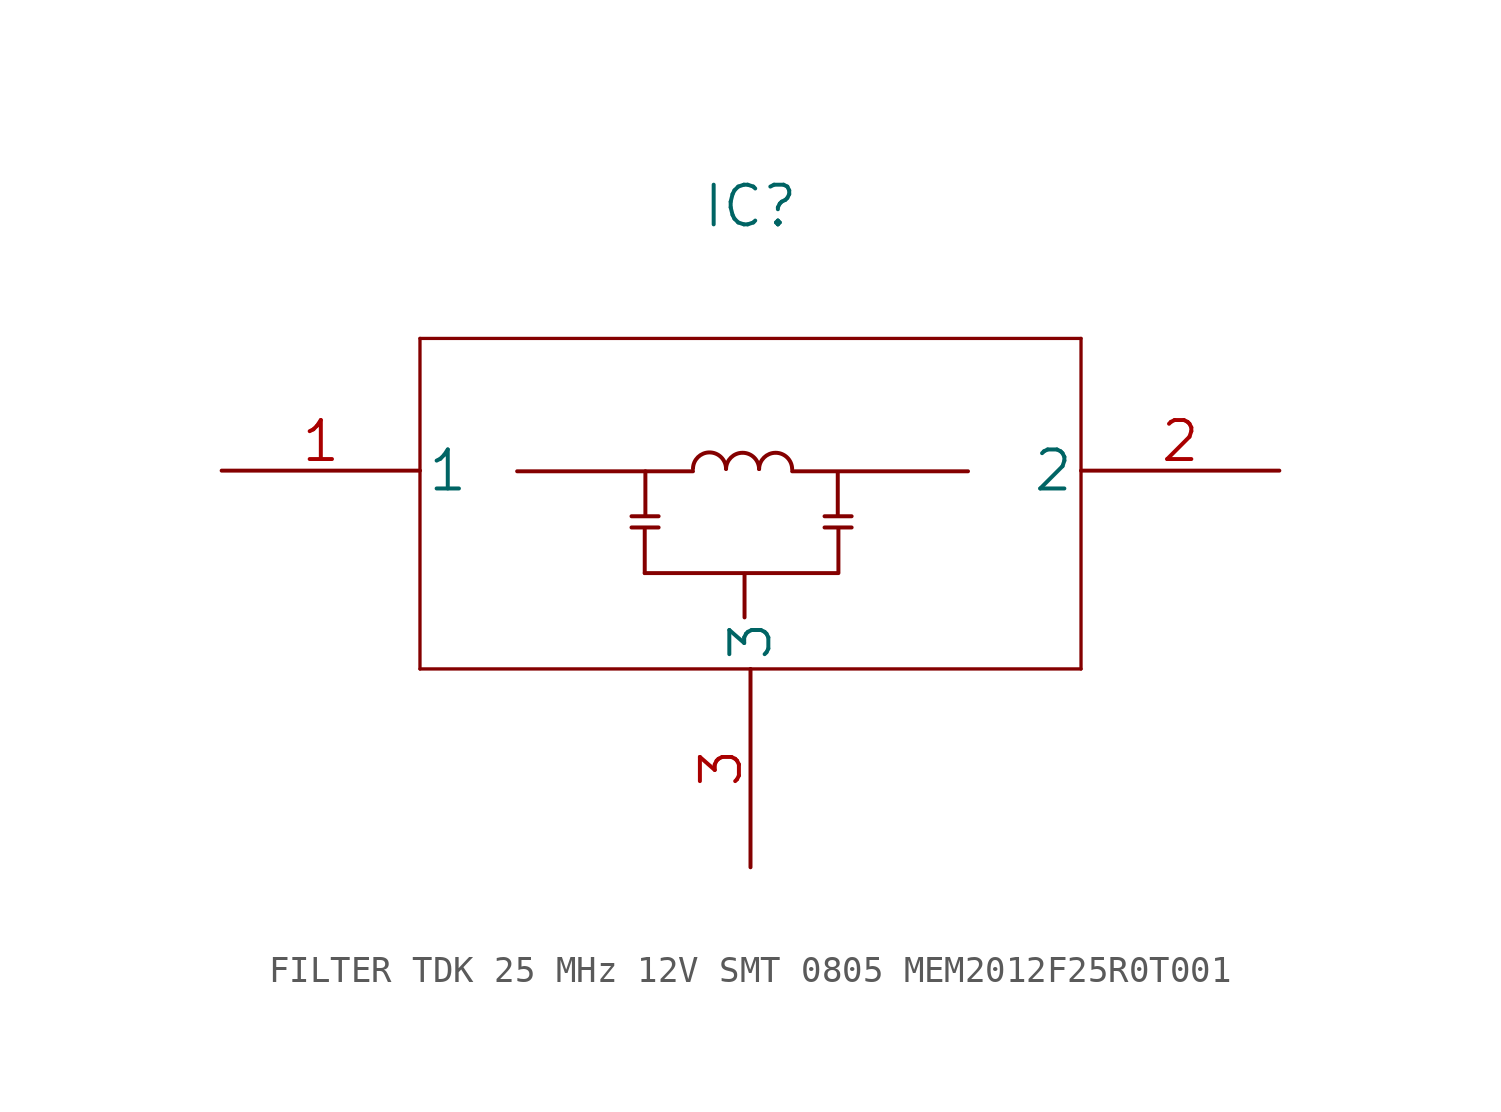
<source format=kicad_sym>
(kicad_symbol_lib
  (version 20241209)
  (generator "kicad_symbol_editor")
  (generator_version "9.0")
  (symbol "FILTER TDK 25 MHz 12V SMT 0805 MEM2012F25R0T001"
    (pin_names
      (offset 0.254))
    (property "Reference" "IC"
      (at 20.32 10.16 0)
      (effects (font (size 1.524 1.524))))
    (symbol "FILTER TDK 25 MHz 12V SMT 0805 MEM2012F25R0T001_1_1"
      (polyline (pts (xy 7.62 5.08) (xy 7.62 -7.62)) (stroke (width 0.127) (type default)) (fill (type none)))
      (polyline (pts (xy 7.62 -7.62) (xy 33.02 -7.62)) (stroke (width 0.127) (type default)) (fill (type none)))
      (polyline (pts (xy 15.748 -1.753) (xy 16.789 -1.753)) (stroke (width 0) (type default)) (fill (type none)))
      (polyline (pts (xy 15.748 -2.184) (xy 16.789 -2.184)) (stroke (width 0) (type default)) (fill (type none)))
      (polyline (pts (xy 16.256 -3.937) (xy 23.698 -3.937)) (stroke (width 0) (type default)) (fill (type none)))
      (polyline (pts (xy 16.256 -3.937) (xy 16.256 -2.286) (xy 16.256 -2.261)) (stroke (width 0) (type default)) (fill (type none)))
      (polyline (pts (xy 16.281 -1.702) (xy 16.281 -0.051) (xy 16.281 -0.025)) (stroke (width 0) (type default)) (fill (type none)))
      (polyline (pts (xy 18.11 -0.025) (xy 11.354 -0.025)) (stroke (width 0) (type default)) (fill (type none)))
      (arc (start 18.1102 0.0762) (mid 18.7452 0.7) (end 19.3802 0.0762) (stroke (width 0) (type default)) (fill (type none)))
      (arc (start 19.3802 0.0621) (mid 20.0152 0.6859) (end 20.6502 0.0621) (stroke (width 0) (type default)) (fill (type none)))
      (polyline (pts (xy 20.091 -5.639) (xy 20.091 -3.988) (xy 20.091 -3.962)) (stroke (width 0) (type default)) (fill (type none)))
      (arc (start 20.6502 0.0621) (mid 21.2852 0.6859) (end 21.9202 0.0621) (stroke (width 0) (type default)) (fill (type none)))
      (polyline (pts (xy 21.92 -0.025) (xy 28.677 -0.025)) (stroke (width 0) (type default)) (fill (type none)))
      (polyline (pts (xy 23.165 -1.753) (xy 24.206 -1.753)) (stroke (width 0) (type default)) (fill (type none)))
      (polyline (pts (xy 23.165 -2.184) (xy 24.206 -2.184)) (stroke (width 0) (type default)) (fill (type none)))
      (polyline (pts (xy 23.673 -1.727) (xy 23.673 -0.076) (xy 23.673 -0.051)) (stroke (width 0) (type default)) (fill (type none)))
      (polyline (pts (xy 23.698 -3.886) (xy 23.698 -2.235) (xy 23.698 -2.21)) (stroke (width 0) (type default)) (fill (type none)))
      (polyline (pts (xy 33.02 5.08) (xy 7.62 5.08)) (stroke (width 0.127) (type default)) (fill (type none)))
      (polyline (pts (xy 33.02 -7.62) (xy 33.02 5.08)) (stroke (width 0.127) (type default)) (fill (type none)))
      (pin passive line (at 0 0 0) (length 7.62) (name "1" (effects (font (size 1.499 1.499)))) (number "1" (effects (font (size 1.499 1.499)))))
      (pin passive line (at 20.32 -15.24 90) (length 7.62) (name "3" (effects (font (size 1.499 1.499)))) (number "3" (effects (font (size 1.499 1.499)))))
      (pin passive line (at 40.64 0 180) (length 7.62) (name "2" (effects (font (size 1.499 1.499)))) (number "2" (effects (font (size 1.499 1.499))))))))
</source>
